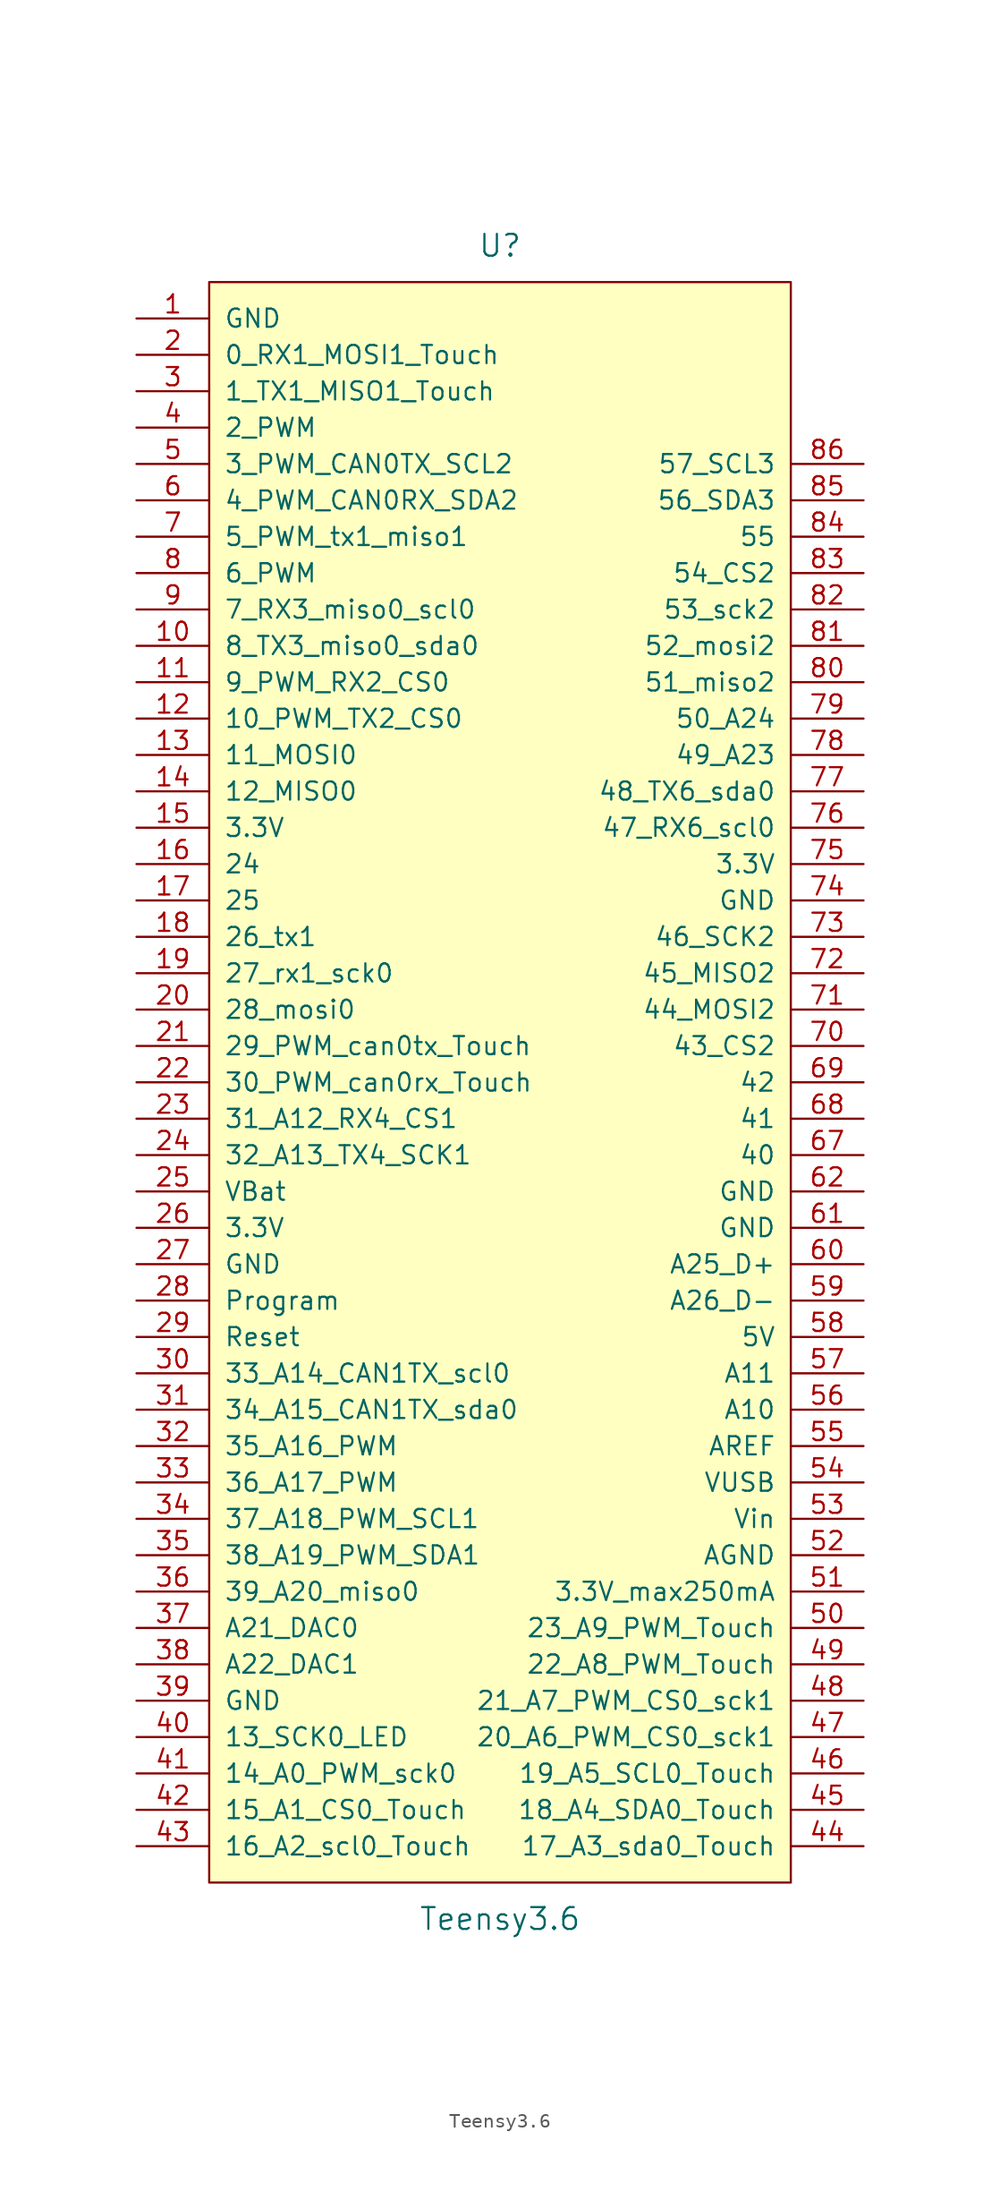
<source format=kicad_sym>
(kicad_symbol_lib
  (version 20220914)
  (generator kicad_symbol_editor)
  (symbol "Teensy3.6"
    (pin_names
      (offset 1.016))
    (property "Reference" "U"
      (at 0 58.42 0)
      (effects (font (size 1.524 1.524))))
    (property "Value" "Teensy3.6"
      (at 0 -58.42 0)
      (effects (font (size 1.524 1.524))))
    (property "Datasheet" ""
      (at 0 0 0)
      (effects (font (size 1.524 1.524))))
    (symbol "Teensy3.6_0_1"
      (rectangle (start -20.32 55.88) (end 20.32 -55.88) (stroke (width 0) (type solid)) (fill (type background))))
    (symbol "Teensy3.6_1_1"
      (pin power_in line (at -25.4 53.34 0) (length 5.08) (name "GND" (effects (font (size 1.27 1.27)))) (number "1" (effects (font (size 1.27 1.27)))))
      (pin bidirectional line (at -25.4 30.48 0) (length 5.08) (name "8_TX3_miso0_sda0" (effects (font (size 1.27 1.27)))) (number "10" (effects (font (size 1.27 1.27)))))
      (pin bidirectional line (at -25.4 27.94 0) (length 5.08) (name "9_PWM_RX2_CS0" (effects (font (size 1.27 1.27)))) (number "11" (effects (font (size 1.27 1.27)))))
      (pin bidirectional line (at -25.4 25.4 0) (length 5.08) (name "10_PWM_TX2_CS0" (effects (font (size 1.27 1.27)))) (number "12" (effects (font (size 1.27 1.27)))))
      (pin bidirectional line (at -25.4 22.86 0) (length 5.08) (name "11_MOSI0" (effects (font (size 1.27 1.27)))) (number "13" (effects (font (size 1.27 1.27)))))
      (pin bidirectional line (at -25.4 20.32 0) (length 5.08) (name "12_MISO0" (effects (font (size 1.27 1.27)))) (number "14" (effects (font (size 1.27 1.27)))))
      (pin power_in line (at -25.4 17.78 0) (length 5.08) (name "3.3V" (effects (font (size 1.27 1.27)))) (number "15" (effects (font (size 1.27 1.27)))))
      (pin bidirectional line (at -25.4 15.24 0) (length 5.08) (name "24" (effects (font (size 1.27 1.27)))) (number "16" (effects (font (size 1.27 1.27)))))
      (pin bidirectional line (at -25.4 12.7 0) (length 5.08) (name "25" (effects (font (size 1.27 1.27)))) (number "17" (effects (font (size 1.27 1.27)))))
      (pin bidirectional line (at -25.4 10.16 0) (length 5.08) (name "26_tx1" (effects (font (size 1.27 1.27)))) (number "18" (effects (font (size 1.27 1.27)))))
      (pin bidirectional line (at -25.4 7.62 0) (length 5.08) (name "27_rx1_sck0" (effects (font (size 1.27 1.27)))) (number "19" (effects (font (size 1.27 1.27)))))
      (pin bidirectional line (at -25.4 50.8 0) (length 5.08) (name "0_RX1_MOSI1_Touch" (effects (font (size 1.27 1.27)))) (number "2" (effects (font (size 1.27 1.27)))))
      (pin bidirectional line (at -25.4 5.08 0) (length 5.08) (name "28_mosi0" (effects (font (size 1.27 1.27)))) (number "20" (effects (font (size 1.27 1.27)))))
      (pin bidirectional line (at -25.4 2.54 0) (length 5.08) (name "29_PWM_can0tx_Touch" (effects (font (size 1.27 1.27)))) (number "21" (effects (font (size 1.27 1.27)))))
      (pin bidirectional line (at -25.4 0 0) (length 5.08) (name "30_PWM_can0rx_Touch" (effects (font (size 1.27 1.27)))) (number "22" (effects (font (size 1.27 1.27)))))
      (pin bidirectional line (at -25.4 -2.54 0) (length 5.08) (name "31_A12_RX4_CS1" (effects (font (size 1.27 1.27)))) (number "23" (effects (font (size 1.27 1.27)))))
      (pin bidirectional line (at -25.4 -5.08 0) (length 5.08) (name "32_A13_TX4_SCK1" (effects (font (size 1.27 1.27)))) (number "24" (effects (font (size 1.27 1.27)))))
      (pin power_in line (at -25.4 -7.62 0) (length 5.08) (name "VBat" (effects (font (size 1.27 1.27)))) (number "25" (effects (font (size 1.27 1.27)))))
      (pin power_in line (at -25.4 -10.16 0) (length 5.08) (name "3.3V" (effects (font (size 1.27 1.27)))) (number "26" (effects (font (size 1.27 1.27)))))
      (pin power_in line (at -25.4 -12.7 0) (length 5.08) (name "GND" (effects (font (size 1.27 1.27)))) (number "27" (effects (font (size 1.27 1.27)))))
      (pin input line (at -25.4 -15.24 0) (length 5.08) (name "Program" (effects (font (size 1.27 1.27)))) (number "28" (effects (font (size 1.27 1.27)))))
      (pin input line (at -25.4 -17.78 0) (length 5.08) (name "Reset" (effects (font (size 1.27 1.27)))) (number "29" (effects (font (size 1.27 1.27)))))
      (pin bidirectional line (at -25.4 48.26 0) (length 5.08) (name "1_TX1_MISO1_Touch" (effects (font (size 1.27 1.27)))) (number "3" (effects (font (size 1.27 1.27)))))
      (pin bidirectional line (at -25.4 -20.32 0) (length 5.08) (name "33_A14_CAN1TX_scl0" (effects (font (size 1.27 1.27)))) (number "30" (effects (font (size 1.27 1.27)))))
      (pin bidirectional line (at -25.4 -22.86 0) (length 5.08) (name "34_A15_CAN1TX_sda0" (effects (font (size 1.27 1.27)))) (number "31" (effects (font (size 1.27 1.27)))))
      (pin bidirectional line (at -25.4 -25.4 0) (length 5.08) (name "35_A16_PWM" (effects (font (size 1.27 1.27)))) (number "32" (effects (font (size 1.27 1.27)))))
      (pin bidirectional line (at -25.4 -27.94 0) (length 5.08) (name "36_A17_PWM" (effects (font (size 1.27 1.27)))) (number "33" (effects (font (size 1.27 1.27)))))
      (pin bidirectional line (at -25.4 -30.48 0) (length 5.08) (name "37_A18_PWM_SCL1" (effects (font (size 1.27 1.27)))) (number "34" (effects (font (size 1.27 1.27)))))
      (pin bidirectional line (at -25.4 -33.02 0) (length 5.08) (name "38_A19_PWM_SDA1" (effects (font (size 1.27 1.27)))) (number "35" (effects (font (size 1.27 1.27)))))
      (pin bidirectional line (at -25.4 -35.56 0) (length 5.08) (name "39_A20_miso0" (effects (font (size 1.27 1.27)))) (number "36" (effects (font (size 1.27 1.27)))))
      (pin bidirectional line (at -25.4 -38.1 0) (length 5.08) (name "A21_DAC0" (effects (font (size 1.27 1.27)))) (number "37" (effects (font (size 1.27 1.27)))))
      (pin bidirectional line (at -25.4 -40.64 0) (length 5.08) (name "A22_DAC1" (effects (font (size 1.27 1.27)))) (number "38" (effects (font (size 1.27 1.27)))))
      (pin power_in line (at -25.4 -43.18 0) (length 5.08) (name "GND" (effects (font (size 1.27 1.27)))) (number "39" (effects (font (size 1.27 1.27)))))
      (pin bidirectional line (at -25.4 45.72 0) (length 5.08) (name "2_PWM" (effects (font (size 1.27 1.27)))) (number "4" (effects (font (size 1.27 1.27)))))
      (pin bidirectional line (at -25.4 -45.72 0) (length 5.08) (name "13_SCK0_LED" (effects (font (size 1.27 1.27)))) (number "40" (effects (font (size 1.27 1.27)))))
      (pin bidirectional line (at -25.4 -48.26 0) (length 5.08) (name "14_A0_PWM_sck0" (effects (font (size 1.27 1.27)))) (number "41" (effects (font (size 1.27 1.27)))))
      (pin bidirectional line (at -25.4 -50.8 0) (length 5.08) (name "15_A1_CS0_Touch" (effects (font (size 1.27 1.27)))) (number "42" (effects (font (size 1.27 1.27)))))
      (pin bidirectional line (at -25.4 -53.34 0) (length 5.08) (name "16_A2_scl0_Touch" (effects (font (size 1.27 1.27)))) (number "43" (effects (font (size 1.27 1.27)))))
      (pin bidirectional line (at 25.4 -53.34 180) (length 5.08) (name "17_A3_sda0_Touch" (effects (font (size 1.27 1.27)))) (number "44" (effects (font (size 1.27 1.27)))))
      (pin bidirectional line (at 25.4 -50.8 180) (length 5.08) (name "18_A4_SDA0_Touch" (effects (font (size 1.27 1.27)))) (number "45" (effects (font (size 1.27 1.27)))))
      (pin bidirectional line (at 25.4 -48.26 180) (length 5.08) (name "19_A5_SCL0_Touch" (effects (font (size 1.27 1.27)))) (number "46" (effects (font (size 1.27 1.27)))))
      (pin bidirectional line (at 25.4 -45.72 180) (length 5.08) (name "20_A6_PWM_CS0_sck1" (effects (font (size 1.27 1.27)))) (number "47" (effects (font (size 1.27 1.27)))))
      (pin bidirectional line (at 25.4 -43.18 180) (length 5.08) (name "21_A7_PWM_CS0_sck1" (effects (font (size 1.27 1.27)))) (number "48" (effects (font (size 1.27 1.27)))))
      (pin bidirectional line (at 25.4 -40.64 180) (length 5.08) (name "22_A8_PWM_Touch" (effects (font (size 1.27 1.27)))) (number "49" (effects (font (size 1.27 1.27)))))
      (pin bidirectional line (at -25.4 43.18 0) (length 5.08) (name "3_PWM_CAN0TX_SCL2" (effects (font (size 1.27 1.27)))) (number "5" (effects (font (size 1.27 1.27)))))
      (pin bidirectional line (at 25.4 -38.1 180) (length 5.08) (name "23_A9_PWM_Touch" (effects (font (size 1.27 1.27)))) (number "50" (effects (font (size 1.27 1.27)))))
      (pin power_in line (at 25.4 -35.56 180) (length 5.08) (name "3.3V_max250mA" (effects (font (size 1.27 1.27)))) (number "51" (effects (font (size 1.27 1.27)))))
      (pin power_in line (at 25.4 -33.02 180) (length 5.08) (name "AGND" (effects (font (size 1.27 1.27)))) (number "52" (effects (font (size 1.27 1.27)))))
      (pin power_in line (at 25.4 -30.48 180) (length 5.08) (name "Vin" (effects (font (size 1.27 1.27)))) (number "53" (effects (font (size 1.27 1.27)))))
      (pin power_in line (at 25.4 -27.94 180) (length 5.08) (name "VUSB" (effects (font (size 1.27 1.27)))) (number "54" (effects (font (size 1.27 1.27)))))
      (pin input line (at 25.4 -25.4 180) (length 5.08) (name "AREF" (effects (font (size 1.27 1.27)))) (number "55" (effects (font (size 1.27 1.27)))))
      (pin bidirectional line (at 25.4 -22.86 180) (length 5.08) (name "A10" (effects (font (size 1.27 1.27)))) (number "56" (effects (font (size 1.27 1.27)))))
      (pin bidirectional line (at 25.4 -20.32 180) (length 5.08) (name "A11" (effects (font (size 1.27 1.27)))) (number "57" (effects (font (size 1.27 1.27)))))
      (pin power_in line (at 25.4 -17.78 180) (length 5.08) (name "5V" (effects (font (size 1.27 1.27)))) (number "58" (effects (font (size 1.27 1.27)))))
      (pin bidirectional line (at 25.4 -15.24 180) (length 5.08) (name "A26_D-" (effects (font (size 1.27 1.27)))) (number "59" (effects (font (size 1.27 1.27)))))
      (pin bidirectional line (at -25.4 40.64 0) (length 5.08) (name "4_PWM_CAN0RX_SDA2" (effects (font (size 1.27 1.27)))) (number "6" (effects (font (size 1.27 1.27)))))
      (pin bidirectional line (at 25.4 -12.7 180) (length 5.08) (name "A25_D+" (effects (font (size 1.27 1.27)))) (number "60" (effects (font (size 1.27 1.27)))))
      (pin power_in line (at 25.4 -10.16 180) (length 5.08) (name "GND" (effects (font (size 1.27 1.27)))) (number "61" (effects (font (size 1.27 1.27)))))
      (pin power_in line (at 25.4 -7.62 180) (length 5.08) (name "GND" (effects (font (size 1.27 1.27)))) (number "62" (effects (font (size 1.27 1.27)))))
      (pin bidirectional line (at 25.4 -5.08 180) (length 5.08) (name "40" (effects (font (size 1.27 1.27)))) (number "67" (effects (font (size 1.27 1.27)))))
      (pin bidirectional line (at 25.4 -2.54 180) (length 5.08) (name "41" (effects (font (size 1.27 1.27)))) (number "68" (effects (font (size 1.27 1.27)))))
      (pin bidirectional line (at 25.4 0 180) (length 5.08) (name "42" (effects (font (size 1.27 1.27)))) (number "69" (effects (font (size 1.27 1.27)))))
      (pin bidirectional line (at -25.4 38.1 0) (length 5.08) (name "5_PWM_tx1_miso1" (effects (font (size 1.27 1.27)))) (number "7" (effects (font (size 1.27 1.27)))))
      (pin bidirectional line (at 25.4 2.54 180) (length 5.08) (name "43_CS2" (effects (font (size 1.27 1.27)))) (number "70" (effects (font (size 1.27 1.27)))))
      (pin bidirectional line (at 25.4 5.08 180) (length 5.08) (name "44_MOSI2" (effects (font (size 1.27 1.27)))) (number "71" (effects (font (size 1.27 1.27)))))
      (pin bidirectional line (at 25.4 7.62 180) (length 5.08) (name "45_MISO2" (effects (font (size 1.27 1.27)))) (number "72" (effects (font (size 1.27 1.27)))))
      (pin bidirectional line (at 25.4 10.16 180) (length 5.08) (name "46_SCK2" (effects (font (size 1.27 1.27)))) (number "73" (effects (font (size 1.27 1.27)))))
      (pin power_in line (at 25.4 12.7 180) (length 5.08) (name "GND" (effects (font (size 1.27 1.27)))) (number "74" (effects (font (size 1.27 1.27)))))
      (pin power_in line (at 25.4 15.24 180) (length 5.08) (name "3.3V" (effects (font (size 1.27 1.27)))) (number "75" (effects (font (size 1.27 1.27)))))
      (pin bidirectional line (at 25.4 17.78 180) (length 5.08) (name "47_RX6_scl0" (effects (font (size 1.27 1.27)))) (number "76" (effects (font (size 1.27 1.27)))))
      (pin bidirectional line (at 25.4 20.32 180) (length 5.08) (name "48_TX6_sda0" (effects (font (size 1.27 1.27)))) (number "77" (effects (font (size 1.27 1.27)))))
      (pin bidirectional line (at 25.4 22.86 180) (length 5.08) (name "49_A23" (effects (font (size 1.27 1.27)))) (number "78" (effects (font (size 1.27 1.27)))))
      (pin bidirectional line (at 25.4 25.4 180) (length 5.08) (name "50_A24" (effects (font (size 1.27 1.27)))) (number "79" (effects (font (size 1.27 1.27)))))
      (pin bidirectional line (at -25.4 35.56 0) (length 5.08) (name "6_PWM" (effects (font (size 1.27 1.27)))) (number "8" (effects (font (size 1.27 1.27)))))
      (pin bidirectional line (at 25.4 27.94 180) (length 5.08) (name "51_miso2" (effects (font (size 1.27 1.27)))) (number "80" (effects (font (size 1.27 1.27)))))
      (pin bidirectional line (at 25.4 30.48 180) (length 5.08) (name "52_mosi2" (effects (font (size 1.27 1.27)))) (number "81" (effects (font (size 1.27 1.27)))))
      (pin bidirectional line (at 25.4 33.02 180) (length 5.08) (name "53_sck2" (effects (font (size 1.27 1.27)))) (number "82" (effects (font (size 1.27 1.27)))))
      (pin bidirectional line (at 25.4 35.56 180) (length 5.08) (name "54_CS2" (effects (font (size 1.27 1.27)))) (number "83" (effects (font (size 1.27 1.27)))))
      (pin bidirectional line (at 25.4 38.1 180) (length 5.08) (name "55" (effects (font (size 1.27 1.27)))) (number "84" (effects (font (size 1.27 1.27)))))
      (pin bidirectional line (at 25.4 40.64 180) (length 5.08) (name "56_SDA3" (effects (font (size 1.27 1.27)))) (number "85" (effects (font (size 1.27 1.27)))))
      (pin bidirectional line (at 25.4 43.18 180) (length 5.08) (name "57_SCL3" (effects (font (size 1.27 1.27)))) (number "86" (effects (font (size 1.27 1.27)))))
      (pin bidirectional line (at -25.4 33.02 0) (length 5.08) (name "7_RX3_miso0_scl0" (effects (font (size 1.27 1.27)))) (number "9" (effects (font (size 1.27 1.27))))))))
</source>
